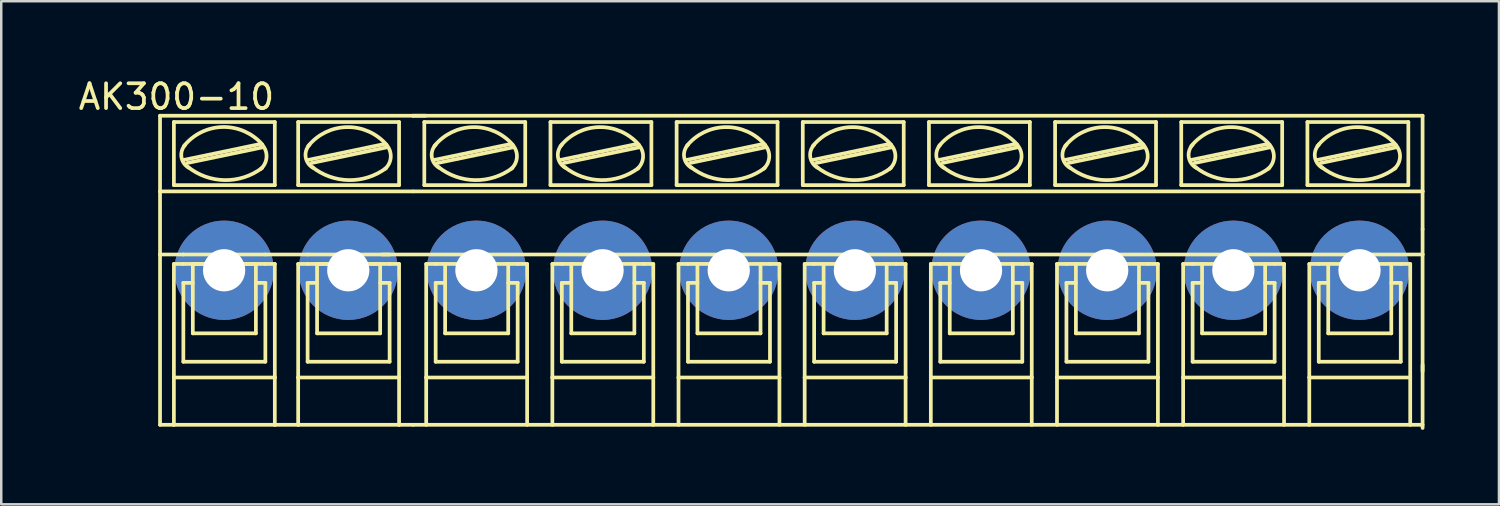
<source format=kicad_pcb>
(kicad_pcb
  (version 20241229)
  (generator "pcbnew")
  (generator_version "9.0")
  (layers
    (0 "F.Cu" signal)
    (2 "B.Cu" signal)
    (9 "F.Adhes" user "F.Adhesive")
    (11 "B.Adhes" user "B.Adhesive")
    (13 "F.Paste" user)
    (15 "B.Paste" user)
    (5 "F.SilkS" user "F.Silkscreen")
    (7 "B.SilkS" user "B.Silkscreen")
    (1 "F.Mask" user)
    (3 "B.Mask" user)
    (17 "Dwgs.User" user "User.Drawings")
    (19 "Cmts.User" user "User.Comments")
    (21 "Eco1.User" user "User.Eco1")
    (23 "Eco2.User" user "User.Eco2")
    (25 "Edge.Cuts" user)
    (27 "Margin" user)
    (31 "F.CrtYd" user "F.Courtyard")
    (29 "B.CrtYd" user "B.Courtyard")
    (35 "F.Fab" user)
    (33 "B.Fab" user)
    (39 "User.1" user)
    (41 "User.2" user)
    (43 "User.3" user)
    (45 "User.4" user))
  (footprint "AK300-10"
    (layer "F.Cu")
    (at 5.974 7.833)
    (property "Reference" "AK300-10" (at -1.92 -6.985 0) (layer "F.SilkS") (effects (font (size 1 1) (thickness 0.15))))
    (attr exclude_from_pos_files exclude_from_bom)
    (fp_line (start -2.58 -3.175) (end -2.58 -6.223) (stroke (width 0.15) (type solid)) (layer "F.SilkS"))
    (fp_line (start -2.58 -3.175) (end 7.605 -3.175) (stroke (width 0.15) (type solid)) (layer "F.SilkS"))
    (fp_line (start -2.58 -0.635) (end -2.58 -3.175) (stroke (width 0.15) (type solid)) (layer "F.SilkS"))
    (fp_line (start -2.58 -0.635) (end -1.641 -0.635) (stroke (width 0.15) (type solid)) (layer "F.SilkS"))
    (fp_line (start -2.58 6.223) (end -2.58 -0.635) (stroke (width 0.15) (type solid)) (layer "F.SilkS"))
    (fp_line (start -2.58 6.223) (end -2.022 6.223) (stroke (width 0.15) (type solid)) (layer "F.SilkS"))
    (fp_line (start -2.022 -3.429) (end -2.022 -5.969) (stroke (width 0.15) (type solid)) (layer "F.SilkS"))
    (fp_line (start -2.022 -0.254) (end -2.022 4.318) (stroke (width 0.15) (type solid)) (layer "F.SilkS"))
    (fp_line (start -2.022 -0.254) (end -1.641 -0.254) (stroke (width 0.15) (type solid)) (layer "F.SilkS"))
    (fp_line (start -2.022 4.318) (end -2.022 6.223) (stroke (width 0.15) (type solid)) (layer "F.SilkS"))
    (fp_line (start -2.022 6.223) (end 2.042 6.223) (stroke (width 0.15) (type solid)) (layer "F.SilkS"))
    (fp_line (start -1.641 -0.635) (end 1.661 -0.635) (stroke (width 0.15) (type solid)) (layer "F.SilkS"))
    (fp_line (start -1.641 0.508) (end -1.26 0.508) (stroke (width 0.15) (type solid)) (layer "F.SilkS"))
    (fp_line (start -1.641 3.683) (end -1.641 0.508) (stroke (width 0.15) (type solid)) (layer "F.SilkS"))
    (fp_line (start -1.615 -4.445) (end 1.435 -5.08) (stroke (width 0.15) (type solid)) (layer "F.SilkS"))
    (fp_line (start -1.488 -4.318) (end 1.56 -4.953) (stroke (width 0.15) (type solid)) (layer "F.SilkS"))
    (fp_line (start -1.26 -0.254) (end 1.28 -0.254) (stroke (width 0.15) (type solid)) (layer "F.SilkS"))
    (fp_line (start -1.26 2.54) (end -1.26 -0.254) (stroke (width 0.15) (type solid)) (layer "F.SilkS"))
    (fp_line (start -1.26 2.54) (end 1.28 2.54) (stroke (width 0.15) (type solid)) (layer "F.SilkS"))
    (fp_line (start 1.28 2.54) (end 1.28 -0.254) (stroke (width 0.15) (type solid)) (layer "F.SilkS"))
    (fp_line (start 1.661 -0.635) (end 3.363 -0.635) (stroke (width 0.15) (type solid)) (layer "F.SilkS"))
    (fp_line (start 1.661 -0.254) (end -1.641 -0.254) (stroke (width 0.15) (type solid)) (layer "F.SilkS"))
    (fp_line (start 1.661 0.508) (end 1.28 0.508) (stroke (width 0.15) (type solid)) (layer "F.SilkS"))
    (fp_line (start 1.661 3.683) (end -1.641 3.683) (stroke (width 0.15) (type solid)) (layer "F.SilkS"))
    (fp_line (start 1.661 3.683) (end 1.661 0.508) (stroke (width 0.15) (type solid)) (layer "F.SilkS"))
    (fp_line (start 2.042 -5.969) (end -2.022 -5.969) (stroke (width 0.15) (type solid)) (layer "F.SilkS"))
    (fp_line (start 2.042 -3.429) (end -2.022 -3.429) (stroke (width 0.15) (type solid)) (layer "F.SilkS"))
    (fp_line (start 2.042 -3.429) (end 2.042 -5.969) (stroke (width 0.15) (type solid)) (layer "F.SilkS"))
    (fp_line (start 2.042 -0.254) (end 1.661 -0.254) (stroke (width 0.15) (type solid)) (layer "F.SilkS"))
    (fp_line (start 2.042 4.318) (end -2.022 4.318) (stroke (width 0.15) (type solid)) (layer "F.SilkS"))
    (fp_line (start 2.042 4.318) (end 2.042 -0.254) (stroke (width 0.15) (type solid)) (layer "F.SilkS"))
    (fp_line (start 2.042 6.223) (end 2.042 4.318) (stroke (width 0.15) (type solid)) (layer "F.SilkS"))
    (fp_line (start 2.042 6.223) (end 2.982 6.223) (stroke (width 0.15) (type solid)) (layer "F.SilkS"))
    (fp_line (start 2.982 -5.969) (end 7.046 -5.969) (stroke (width 0.15) (type solid)) (layer "F.SilkS"))
    (fp_line (start 2.982 -3.429) (end 2.982 -5.969) (stroke (width 0.15) (type solid)) (layer "F.SilkS"))
    (fp_line (start 2.982 -0.254) (end 3.363 -0.254) (stroke (width 0.15) (type solid)) (layer "F.SilkS"))
    (fp_line (start 2.982 4.318) (end 2.982 -0.254) (stroke (width 0.15) (type solid)) (layer "F.SilkS"))
    (fp_line (start 2.982 4.318) (end 7.046 4.318) (stroke (width 0.15) (type solid)) (layer "F.SilkS"))
    (fp_line (start 2.982 6.223) (end 2.982 4.318) (stroke (width 0.15) (type solid)) (layer "F.SilkS"))
    (fp_line (start 2.982 6.223) (end 7.046 6.223) (stroke (width 0.15) (type solid)) (layer "F.SilkS"))
    (fp_line (start 3.363 -0.254) (end 6.665 -0.254) (stroke (width 0.15) (type solid)) (layer "F.SilkS"))
    (fp_line (start 3.363 0.508) (end 3.744 0.508) (stroke (width 0.15) (type solid)) (layer "F.SilkS"))
    (fp_line (start 3.363 3.683) (end 3.363 0.508) (stroke (width 0.15) (type solid)) (layer "F.SilkS"))
    (fp_line (start 3.389 -4.445) (end 6.437 -5.08) (stroke (width 0.15) (type solid)) (layer "F.SilkS"))
    (fp_line (start 3.516 -4.318) (end 6.564 -4.953) (stroke (width 0.15) (type solid)) (layer "F.SilkS"))
    (fp_line (start 3.744 -0.254) (end 6.284 -0.254) (stroke (width 0.15) (type solid)) (layer "F.SilkS"))
    (fp_line (start 3.744 2.54) (end 3.744 -0.254) (stroke (width 0.15) (type solid)) (layer "F.SilkS"))
    (fp_line (start 3.744 2.54) (end 6.284 2.54) (stroke (width 0.15) (type solid)) (layer "F.SilkS"))
    (fp_line (start 6.284 2.54) (end 6.284 -0.254) (stroke (width 0.15) (type solid)) (layer "F.SilkS"))
    (fp_line (start 6.35 -0.635) (end 48.26 -0.635) (stroke (width 0.15) (type solid)) (layer "F.SilkS"))
    (fp_line (start 6.665 -0.635) (end 3.363 -0.635) (stroke (width 0.15) (type solid)) (layer "F.SilkS"))
    (fp_line (start 6.665 0.508) (end 6.284 0.508) (stroke (width 0.15) (type solid)) (layer "F.SilkS"))
    (fp_line (start 6.665 3.683) (end 3.363 3.683) (stroke (width 0.15) (type solid)) (layer "F.SilkS"))
    (fp_line (start 6.665 3.683) (end 6.665 0.508) (stroke (width 0.15) (type solid)) (layer "F.SilkS"))
    (fp_line (start 7.046 -5.969) (end 7.046 -3.429) (stroke (width 0.15) (type solid)) (layer "F.SilkS"))
    (fp_line (start 7.046 -3.429) (end 2.982 -3.429) (stroke (width 0.15) (type solid)) (layer "F.SilkS"))
    (fp_line (start 7.046 -0.254) (end 6.665 -0.254) (stroke (width 0.15) (type solid)) (layer "F.SilkS"))
    (fp_line (start 7.046 -0.254) (end 7.046 4.318) (stroke (width 0.15) (type solid)) (layer "F.SilkS"))
    (fp_line (start 7.046 4.318) (end 7.046 6.223) (stroke (width 0.15) (type solid)) (layer "F.SilkS"))
    (fp_line (start 7.046 6.223) (end 7.605 6.223) (stroke (width 0.15) (type solid)) (layer "F.SilkS"))
    (fp_line (start 7.605 -6.223) (end -2.58 -6.223) (stroke (width 0.15) (type solid)) (layer "F.SilkS"))
    (fp_line (start 7.605 -6.223) (end 8.113 -6.223) (stroke (width 0.15) (type solid)) (layer "F.SilkS"))
    (fp_line (start 7.62 -6.223) (end 48.26 -6.223) (stroke (width 0.15) (type solid)) (layer "F.SilkS"))
    (fp_line (start 7.62 -3.175) (end 48.26 -3.175) (stroke (width 0.15) (type solid)) (layer "F.SilkS"))
    (fp_line (start 7.62 6.223) (end 48.26 6.223) (stroke (width 0.15) (type solid)) (layer "F.SilkS"))
    (fp_line (start 8.062 -5.969) (end 12.126 -5.969) (stroke (width 0.15) (type solid)) (layer "F.SilkS"))
    (fp_line (start 8.062 -3.429) (end 8.062 -5.969) (stroke (width 0.15) (type solid)) (layer "F.SilkS"))
    (fp_line (start 8.138 -0.254) (end 8.138 4.318) (stroke (width 0.15) (type solid)) (layer "F.SilkS"))
    (fp_line (start 8.138 -0.254) (end 8.519 -0.254) (stroke (width 0.15) (type solid)) (layer "F.SilkS"))
    (fp_line (start 8.138 4.318) (end 8.138 6.223) (stroke (width 0.15) (type solid)) (layer "F.SilkS"))
    (fp_line (start 8.469 -4.445) (end 11.517 -5.08) (stroke (width 0.15) (type solid)) (layer "F.SilkS"))
    (fp_line (start 8.519 0.508) (end 8.9 0.508) (stroke (width 0.15) (type solid)) (layer "F.SilkS"))
    (fp_line (start 8.519 3.683) (end 8.519 0.508) (stroke (width 0.15) (type solid)) (layer "F.SilkS"))
    (fp_line (start 8.596 -4.318) (end 11.644 -4.953) (stroke (width 0.15) (type solid)) (layer "F.SilkS"))
    (fp_line (start 8.9 2.54) (end 8.9 -0.254) (stroke (width 0.15) (type solid)) (layer "F.SilkS"))
    (fp_line (start 8.9 2.54) (end 11.44 2.54) (stroke (width 0.15) (type solid)) (layer "F.SilkS"))
    (fp_line (start 11.44 2.54) (end 11.44 -0.254) (stroke (width 0.15) (type solid)) (layer "F.SilkS"))
    (fp_line (start 11.821 -0.254) (end 8.519 -0.254) (stroke (width 0.15) (type solid)) (layer "F.SilkS"))
    (fp_line (start 11.821 0.508) (end 11.44 0.508) (stroke (width 0.15) (type solid)) (layer "F.SilkS"))
    (fp_line (start 11.821 3.683) (end 8.519 3.683) (stroke (width 0.15) (type solid)) (layer "F.SilkS"))
    (fp_line (start 11.821 3.683) (end 11.821 0.508) (stroke (width 0.15) (type solid)) (layer "F.SilkS"))
    (fp_line (start 12.126 -5.969) (end 12.126 -3.429) (stroke (width 0.15) (type solid)) (layer "F.SilkS"))
    (fp_line (start 12.126 -3.429) (end 8.062 -3.429) (stroke (width 0.15) (type solid)) (layer "F.SilkS"))
    (fp_line (start 12.202 -0.254) (end 11.821 -0.254) (stroke (width 0.15) (type solid)) (layer "F.SilkS"))
    (fp_line (start 12.202 4.318) (end 8.138 4.318) (stroke (width 0.15) (type solid)) (layer "F.SilkS"))
    (fp_line (start 12.202 4.318) (end 12.202 -0.254) (stroke (width 0.15) (type solid)) (layer "F.SilkS"))
    (fp_line (start 12.202 6.223) (end 12.202 4.318) (stroke (width 0.15) (type solid)) (layer "F.SilkS"))
    (fp_line (start 13.142 -5.969) (end 17.206 -5.969) (stroke (width 0.15) (type solid)) (layer "F.SilkS"))
    (fp_line (start 13.142 -3.429) (end 13.142 -5.969) (stroke (width 0.15) (type solid)) (layer "F.SilkS"))
    (fp_line (start 13.218 -0.254) (end 13.218 4.318) (stroke (width 0.15) (type solid)) (layer "F.SilkS"))
    (fp_line (start 13.218 -0.254) (end 13.599 -0.254) (stroke (width 0.15) (type solid)) (layer "F.SilkS"))
    (fp_line (start 13.218 4.318) (end 13.218 6.223) (stroke (width 0.15) (type solid)) (layer "F.SilkS"))
    (fp_line (start 13.549 -4.445) (end 16.597 -5.08) (stroke (width 0.15) (type solid)) (layer "F.SilkS"))
    (fp_line (start 13.599 0.508) (end 13.98 0.508) (stroke (width 0.15) (type solid)) (layer "F.SilkS"))
    (fp_line (start 13.599 3.683) (end 13.599 0.508) (stroke (width 0.15) (type solid)) (layer "F.SilkS"))
    (fp_line (start 13.676 -4.318) (end 16.724 -4.953) (stroke (width 0.15) (type solid)) (layer "F.SilkS"))
    (fp_line (start 13.98 2.54) (end 13.98 -0.254) (stroke (width 0.15) (type solid)) (layer "F.SilkS"))
    (fp_line (start 13.98 2.54) (end 16.52 2.54) (stroke (width 0.15) (type solid)) (layer "F.SilkS"))
    (fp_line (start 16.52 2.54) (end 16.52 -0.254) (stroke (width 0.15) (type solid)) (layer "F.SilkS"))
    (fp_line (start 16.901 -0.254) (end 13.599 -0.254) (stroke (width 0.15) (type solid)) (layer "F.SilkS"))
    (fp_line (start 16.901 0.508) (end 16.52 0.508) (stroke (width 0.15) (type solid)) (layer "F.SilkS"))
    (fp_line (start 16.901 3.683) (end 13.599 3.683) (stroke (width 0.15) (type solid)) (layer "F.SilkS"))
    (fp_line (start 16.901 3.683) (end 16.901 0.508) (stroke (width 0.15) (type solid)) (layer "F.SilkS"))
    (fp_line (start 17.206 -5.969) (end 17.206 -3.429) (stroke (width 0.15) (type solid)) (layer "F.SilkS"))
    (fp_line (start 17.206 -3.429) (end 13.142 -3.429) (stroke (width 0.15) (type solid)) (layer "F.SilkS"))
    (fp_line (start 17.282 -0.254) (end 16.901 -0.254) (stroke (width 0.15) (type solid)) (layer "F.SilkS"))
    (fp_line (start 17.282 4.318) (end 13.218 4.318) (stroke (width 0.15) (type solid)) (layer "F.SilkS"))
    (fp_line (start 17.282 4.318) (end 17.282 -0.254) (stroke (width 0.15) (type solid)) (layer "F.SilkS"))
    (fp_line (start 17.282 6.223) (end 17.282 4.318) (stroke (width 0.15) (type solid)) (layer "F.SilkS"))
    (fp_line (start 18.222 -5.969) (end 22.286 -5.969) (stroke (width 0.15) (type solid)) (layer "F.SilkS"))
    (fp_line (start 18.222 -3.429) (end 18.222 -5.969) (stroke (width 0.15) (type solid)) (layer "F.SilkS"))
    (fp_line (start 18.298 -0.254) (end 18.298 4.318) (stroke (width 0.15) (type solid)) (layer "F.SilkS"))
    (fp_line (start 18.298 -0.254) (end 18.679 -0.254) (stroke (width 0.15) (type solid)) (layer "F.SilkS"))
    (fp_line (start 18.298 4.318) (end 18.298 6.223) (stroke (width 0.15) (type solid)) (layer "F.SilkS"))
    (fp_line (start 18.629 -4.445) (end 21.677 -5.08) (stroke (width 0.15) (type solid)) (layer "F.SilkS"))
    (fp_line (start 18.679 0.508) (end 19.06 0.508) (stroke (width 0.15) (type solid)) (layer "F.SilkS"))
    (fp_line (start 18.679 3.683) (end 18.679 0.508) (stroke (width 0.15) (type solid)) (layer "F.SilkS"))
    (fp_line (start 18.756 -4.318) (end 21.804 -4.953) (stroke (width 0.15) (type solid)) (layer "F.SilkS"))
    (fp_line (start 19.06 2.54) (end 19.06 -0.254) (stroke (width 0.15) (type solid)) (layer "F.SilkS"))
    (fp_line (start 19.06 2.54) (end 21.6 2.54) (stroke (width 0.15) (type solid)) (layer "F.SilkS"))
    (fp_line (start 21.6 2.54) (end 21.6 -0.254) (stroke (width 0.15) (type solid)) (layer "F.SilkS"))
    (fp_line (start 21.981 -0.254) (end 18.679 -0.254) (stroke (width 0.15) (type solid)) (layer "F.SilkS"))
    (fp_line (start 21.981 0.508) (end 21.6 0.508) (stroke (width 0.15) (type solid)) (layer "F.SilkS"))
    (fp_line (start 21.981 3.683) (end 18.679 3.683) (stroke (width 0.15) (type solid)) (layer "F.SilkS"))
    (fp_line (start 21.981 3.683) (end 21.981 0.508) (stroke (width 0.15) (type solid)) (layer "F.SilkS"))
    (fp_line (start 22.286 -5.969) (end 22.286 -3.429) (stroke (width 0.15) (type solid)) (layer "F.SilkS"))
    (fp_line (start 22.286 -3.429) (end 18.222 -3.429) (stroke (width 0.15) (type solid)) (layer "F.SilkS"))
    (fp_line (start 22.362 -0.254) (end 21.981 -0.254) (stroke (width 0.15) (type solid)) (layer "F.SilkS"))
    (fp_line (start 22.362 4.318) (end 18.298 4.318) (stroke (width 0.15) (type solid)) (layer "F.SilkS"))
    (fp_line (start 22.362 4.318) (end 22.362 -0.254) (stroke (width 0.15) (type solid)) (layer "F.SilkS"))
    (fp_line (start 22.362 6.223) (end 22.362 4.318) (stroke (width 0.15) (type solid)) (layer "F.SilkS"))
    (fp_line (start 23.302 -5.969) (end 27.366 -5.969) (stroke (width 0.15) (type solid)) (layer "F.SilkS"))
    (fp_line (start 23.302 -3.429) (end 23.302 -5.969) (stroke (width 0.15) (type solid)) (layer "F.SilkS"))
    (fp_line (start 23.378 -0.254) (end 23.378 4.318) (stroke (width 0.15) (type solid)) (layer "F.SilkS"))
    (fp_line (start 23.378 -0.254) (end 23.759 -0.254) (stroke (width 0.15) (type solid)) (layer "F.SilkS"))
    (fp_line (start 23.378 4.318) (end 23.378 6.223) (stroke (width 0.15) (type solid)) (layer "F.SilkS"))
    (fp_line (start 23.709 -4.445) (end 26.757 -5.08) (stroke (width 0.15) (type solid)) (layer "F.SilkS"))
    (fp_line (start 23.759 0.508) (end 24.14 0.508) (stroke (width 0.15) (type solid)) (layer "F.SilkS"))
    (fp_line (start 23.759 3.683) (end 23.759 0.508) (stroke (width 0.15) (type solid)) (layer "F.SilkS"))
    (fp_line (start 23.836 -4.318) (end 26.884 -4.953) (stroke (width 0.15) (type solid)) (layer "F.SilkS"))
    (fp_line (start 24.14 2.54) (end 24.14 -0.254) (stroke (width 0.15) (type solid)) (layer "F.SilkS"))
    (fp_line (start 24.14 2.54) (end 26.68 2.54) (stroke (width 0.15) (type solid)) (layer "F.SilkS"))
    (fp_line (start 26.68 2.54) (end 26.68 -0.254) (stroke (width 0.15) (type solid)) (layer "F.SilkS"))
    (fp_line (start 27.061 -0.254) (end 23.759 -0.254) (stroke (width 0.15) (type solid)) (layer "F.SilkS"))
    (fp_line (start 27.061 0.508) (end 26.68 0.508) (stroke (width 0.15) (type solid)) (layer "F.SilkS"))
    (fp_line (start 27.061 3.683) (end 23.759 3.683) (stroke (width 0.15) (type solid)) (layer "F.SilkS"))
    (fp_line (start 27.061 3.683) (end 27.061 0.508) (stroke (width 0.15) (type solid)) (layer "F.SilkS"))
    (fp_line (start 27.366 -5.969) (end 27.366 -3.429) (stroke (width 0.15) (type solid)) (layer "F.SilkS"))
    (fp_line (start 27.366 -3.429) (end 23.302 -3.429) (stroke (width 0.15) (type solid)) (layer "F.SilkS"))
    (fp_line (start 27.442 -0.254) (end 27.061 -0.254) (stroke (width 0.15) (type solid)) (layer "F.SilkS"))
    (fp_line (start 27.442 4.318) (end 23.378 4.318) (stroke (width 0.15) (type solid)) (layer "F.SilkS"))
    (fp_line (start 27.442 4.318) (end 27.442 -0.254) (stroke (width 0.15) (type solid)) (layer "F.SilkS"))
    (fp_line (start 27.442 6.223) (end 27.442 4.318) (stroke (width 0.15) (type solid)) (layer "F.SilkS"))
    (fp_line (start 28.382 -5.969) (end 32.446 -5.969) (stroke (width 0.15) (type solid)) (layer "F.SilkS"))
    (fp_line (start 28.382 -3.429) (end 28.382 -5.969) (stroke (width 0.15) (type solid)) (layer "F.SilkS"))
    (fp_line (start 28.458 -0.254) (end 28.458 4.318) (stroke (width 0.15) (type solid)) (layer "F.SilkS"))
    (fp_line (start 28.458 -0.254) (end 28.839 -0.254) (stroke (width 0.15) (type solid)) (layer "F.SilkS"))
    (fp_line (start 28.458 4.318) (end 28.458 6.223) (stroke (width 0.15) (type solid)) (layer "F.SilkS"))
    (fp_line (start 28.789 -4.445) (end 31.837 -5.08) (stroke (width 0.15) (type solid)) (layer "F.SilkS"))
    (fp_line (start 28.839 0.508) (end 29.22 0.508) (stroke (width 0.15) (type solid)) (layer "F.SilkS"))
    (fp_line (start 28.839 3.683) (end 28.839 0.508) (stroke (width 0.15) (type solid)) (layer "F.SilkS"))
    (fp_line (start 28.916 -4.318) (end 31.964 -4.953) (stroke (width 0.15) (type solid)) (layer "F.SilkS"))
    (fp_line (start 29.22 2.54) (end 29.22 -0.254) (stroke (width 0.15) (type solid)) (layer "F.SilkS"))
    (fp_line (start 29.22 2.54) (end 31.76 2.54) (stroke (width 0.15) (type solid)) (layer "F.SilkS"))
    (fp_line (start 31.76 2.54) (end 31.76 -0.254) (stroke (width 0.15) (type solid)) (layer "F.SilkS"))
    (fp_line (start 32.141 -0.254) (end 28.839 -0.254) (stroke (width 0.15) (type solid)) (layer "F.SilkS"))
    (fp_line (start 32.141 0.508) (end 31.76 0.508) (stroke (width 0.15) (type solid)) (layer "F.SilkS"))
    (fp_line (start 32.141 3.683) (end 28.839 3.683) (stroke (width 0.15) (type solid)) (layer "F.SilkS"))
    (fp_line (start 32.141 3.683) (end 32.141 0.508) (stroke (width 0.15) (type solid)) (layer "F.SilkS"))
    (fp_line (start 32.446 -5.969) (end 32.446 -3.429) (stroke (width 0.15) (type solid)) (layer "F.SilkS"))
    (fp_line (start 32.446 -3.429) (end 28.382 -3.429) (stroke (width 0.15) (type solid)) (layer "F.SilkS"))
    (fp_line (start 32.522 -0.254) (end 32.141 -0.254) (stroke (width 0.15) (type solid)) (layer "F.SilkS"))
    (fp_line (start 32.522 4.318) (end 28.458 4.318) (stroke (width 0.15) (type solid)) (layer "F.SilkS"))
    (fp_line (start 32.522 4.318) (end 32.522 -0.254) (stroke (width 0.15) (type solid)) (layer "F.SilkS"))
    (fp_line (start 32.522 6.223) (end 32.522 4.318) (stroke (width 0.15) (type solid)) (layer "F.SilkS"))
    (fp_line (start 33.462 -5.969) (end 37.526 -5.969) (stroke (width 0.15) (type solid)) (layer "F.SilkS"))
    (fp_line (start 33.462 -3.429) (end 33.462 -5.969) (stroke (width 0.15) (type solid)) (layer "F.SilkS"))
    (fp_line (start 33.538 -0.254) (end 33.538 4.318) (stroke (width 0.15) (type solid)) (layer "F.SilkS"))
    (fp_line (start 33.538 -0.254) (end 33.919 -0.254) (stroke (width 0.15) (type solid)) (layer "F.SilkS"))
    (fp_line (start 33.538 4.318) (end 33.538 6.223) (stroke (width 0.15) (type solid)) (layer "F.SilkS"))
    (fp_line (start 33.869 -4.445) (end 36.917 -5.08) (stroke (width 0.15) (type solid)) (layer "F.SilkS"))
    (fp_line (start 33.919 0.508) (end 34.3 0.508) (stroke (width 0.15) (type solid)) (layer "F.SilkS"))
    (fp_line (start 33.919 3.683) (end 33.919 0.508) (stroke (width 0.15) (type solid)) (layer "F.SilkS"))
    (fp_line (start 33.996 -4.318) (end 37.044 -4.953) (stroke (width 0.15) (type solid)) (layer "F.SilkS"))
    (fp_line (start 34.3 2.54) (end 34.3 -0.254) (stroke (width 0.15) (type solid)) (layer "F.SilkS"))
    (fp_line (start 34.3 2.54) (end 36.84 2.54) (stroke (width 0.15) (type solid)) (layer "F.SilkS"))
    (fp_line (start 36.84 2.54) (end 36.84 -0.254) (stroke (width 0.15) (type solid)) (layer "F.SilkS"))
    (fp_line (start 37.221 -0.254) (end 33.919 -0.254) (stroke (width 0.15) (type solid)) (layer "F.SilkS"))
    (fp_line (start 37.221 0.508) (end 36.84 0.508) (stroke (width 0.15) (type solid)) (layer "F.SilkS"))
    (fp_line (start 37.221 3.683) (end 33.919 3.683) (stroke (width 0.15) (type solid)) (layer "F.SilkS"))
    (fp_line (start 37.221 3.683) (end 37.221 0.508) (stroke (width 0.15) (type solid)) (layer "F.SilkS"))
    (fp_line (start 37.526 -5.969) (end 37.526 -3.429) (stroke (width 0.15) (type solid)) (layer "F.SilkS"))
    (fp_line (start 37.526 -3.429) (end 33.462 -3.429) (stroke (width 0.15) (type solid)) (layer "F.SilkS"))
    (fp_line (start 37.602 -0.254) (end 37.221 -0.254) (stroke (width 0.15) (type solid)) (layer "F.SilkS"))
    (fp_line (start 37.602 4.318) (end 33.538 4.318) (stroke (width 0.15) (type solid)) (layer "F.SilkS"))
    (fp_line (start 37.602 4.318) (end 37.602 -0.254) (stroke (width 0.15) (type solid)) (layer "F.SilkS"))
    (fp_line (start 37.602 6.223) (end 37.602 4.318) (stroke (width 0.15) (type solid)) (layer "F.SilkS"))
    (fp_line (start 38.542 -5.969) (end 42.606 -5.969) (stroke (width 0.15) (type solid)) (layer "F.SilkS"))
    (fp_line (start 38.542 -3.429) (end 38.542 -5.969) (stroke (width 0.15) (type solid)) (layer "F.SilkS"))
    (fp_line (start 38.618 -0.254) (end 38.618 4.318) (stroke (width 0.15) (type solid)) (layer "F.SilkS"))
    (fp_line (start 38.618 -0.254) (end 38.999 -0.254) (stroke (width 0.15) (type solid)) (layer "F.SilkS"))
    (fp_line (start 38.618 4.318) (end 38.618 6.223) (stroke (width 0.15) (type solid)) (layer "F.SilkS"))
    (fp_line (start 38.949 -4.445) (end 41.997 -5.08) (stroke (width 0.15) (type solid)) (layer "F.SilkS"))
    (fp_line (start 38.999 0.508) (end 39.38 0.508) (stroke (width 0.15) (type solid)) (layer "F.SilkS"))
    (fp_line (start 38.999 3.683) (end 38.999 0.508) (stroke (width 0.15) (type solid)) (layer "F.SilkS"))
    (fp_line (start 39.076 -4.318) (end 42.124 -4.953) (stroke (width 0.15) (type solid)) (layer "F.SilkS"))
    (fp_line (start 39.38 2.54) (end 39.38 -0.254) (stroke (width 0.15) (type solid)) (layer "F.SilkS"))
    (fp_line (start 39.38 2.54) (end 41.92 2.54) (stroke (width 0.15) (type solid)) (layer "F.SilkS"))
    (fp_line (start 41.92 2.54) (end 41.92 -0.254) (stroke (width 0.15) (type solid)) (layer "F.SilkS"))
    (fp_line (start 42.301 -0.254) (end 38.999 -0.254) (stroke (width 0.15) (type solid)) (layer "F.SilkS"))
    (fp_line (start 42.301 0.508) (end 41.92 0.508) (stroke (width 0.15) (type solid)) (layer "F.SilkS"))
    (fp_line (start 42.301 3.683) (end 38.999 3.683) (stroke (width 0.15) (type solid)) (layer "F.SilkS"))
    (fp_line (start 42.301 3.683) (end 42.301 0.508) (stroke (width 0.15) (type solid)) (layer "F.SilkS"))
    (fp_line (start 42.606 -5.969) (end 42.606 -3.429) (stroke (width 0.15) (type solid)) (layer "F.SilkS"))
    (fp_line (start 42.606 -3.429) (end 38.542 -3.429) (stroke (width 0.15) (type solid)) (layer "F.SilkS"))
    (fp_line (start 42.682 -0.254) (end 42.301 -0.254) (stroke (width 0.15) (type solid)) (layer "F.SilkS"))
    (fp_line (start 42.682 4.318) (end 38.618 4.318) (stroke (width 0.15) (type solid)) (layer "F.SilkS"))
    (fp_line (start 42.682 4.318) (end 42.682 -0.254) (stroke (width 0.15) (type solid)) (layer "F.SilkS"))
    (fp_line (start 42.682 6.223) (end 42.682 4.318) (stroke (width 0.15) (type solid)) (layer "F.SilkS"))
    (fp_line (start 43.622 -5.969) (end 47.686 -5.969) (stroke (width 0.15) (type solid)) (layer "F.SilkS"))
    (fp_line (start 43.622 -3.429) (end 43.622 -5.969) (stroke (width 0.15) (type solid)) (layer "F.SilkS"))
    (fp_line (start 43.698 -0.254) (end 43.698 4.318) (stroke (width 0.15) (type solid)) (layer "F.SilkS"))
    (fp_line (start 43.698 -0.254) (end 44.079 -0.254) (stroke (width 0.15) (type solid)) (layer "F.SilkS"))
    (fp_line (start 43.698 4.318) (end 43.698 6.223) (stroke (width 0.15) (type solid)) (layer "F.SilkS"))
    (fp_line (start 44.029 -4.445) (end 47.077 -5.08) (stroke (width 0.15) (type solid)) (layer "F.SilkS"))
    (fp_line (start 44.079 0.508) (end 44.46 0.508) (stroke (width 0.15) (type solid)) (layer "F.SilkS"))
    (fp_line (start 44.079 3.683) (end 44.079 0.508) (stroke (width 0.15) (type solid)) (layer "F.SilkS"))
    (fp_line (start 44.156 -4.318) (end 47.204 -4.953) (stroke (width 0.15) (type solid)) (layer "F.SilkS"))
    (fp_line (start 44.46 2.54) (end 44.46 -0.254) (stroke (width 0.15) (type solid)) (layer "F.SilkS"))
    (fp_line (start 44.46 2.54) (end 47 2.54) (stroke (width 0.15) (type solid)) (layer "F.SilkS"))
    (fp_line (start 47 2.54) (end 47 -0.254) (stroke (width 0.15) (type solid)) (layer "F.SilkS"))
    (fp_line (start 47.381 -0.254) (end 44.079 -0.254) (stroke (width 0.15) (type solid)) (layer "F.SilkS"))
    (fp_line (start 47.381 0.508) (end 47 0.508) (stroke (width 0.15) (type solid)) (layer "F.SilkS"))
    (fp_line (start 47.381 3.683) (end 44.079 3.683) (stroke (width 0.15) (type solid)) (layer "F.SilkS"))
    (fp_line (start 47.381 3.683) (end 47.381 0.508) (stroke (width 0.15) (type solid)) (layer "F.SilkS"))
    (fp_line (start 47.686 -5.969) (end 47.686 -3.429) (stroke (width 0.15) (type solid)) (layer "F.SilkS"))
    (fp_line (start 47.686 -3.429) (end 43.622 -3.429) (stroke (width 0.15) (type solid)) (layer "F.SilkS"))
    (fp_line (start 47.762 -0.254) (end 47.381 -0.254) (stroke (width 0.15) (type solid)) (layer "F.SilkS"))
    (fp_line (start 47.762 4.318) (end 43.698 4.318) (stroke (width 0.15) (type solid)) (layer "F.SilkS"))
    (fp_line (start 47.762 4.318) (end 47.762 -0.254) (stroke (width 0.15) (type solid)) (layer "F.SilkS"))
    (fp_line (start 47.762 6.223) (end 47.762 4.318) (stroke (width 0.15) (type solid)) (layer "F.SilkS"))
    (fp_line (start 48.26 -6.223) (end 48.26 -3.175) (stroke (width 0.15) (type solid)) (layer "F.SilkS"))
    (fp_line (start 48.26 -3.175) (end 48.26 -1.651) (stroke (width 0.15) (type solid)) (layer "F.SilkS"))
    (fp_line (start 48.26 -1.651) (end 48.26 -0.635) (stroke (width 0.15) (type solid)) (layer "F.SilkS"))
    (fp_line (start 48.26 -0.635) (end 48.26 4.064) (stroke (width 0.15) (type solid)) (layer "F.SilkS"))
    (fp_line (start 48.26 6.35) (end 48.26 3.81) (stroke (width 0.15) (type solid)) (layer "F.SilkS"))
    (fp_arc (start -1.6152 -5.0038) (mid -0.050347 -5.768837) (end 1.541573 -5.061847) (stroke (width 0.15) (type solid)) (layer "F.SilkS"))
    (fp_arc (start -1.41962 -4.1275) (mid -1.717784 -4.553845) (end -1.56452 -5.051019) (stroke (width 0.15) (type solid)) (layer "F.SilkS"))
    (fp_arc (start 1.52678 -4.11734) (mid 0.024731 -3.630479) (end -1.460988 -4.165104) (stroke (width 0.15) (type solid)) (layer "F.SilkS"))
    (fp_arc (start 1.5344 -5.05206) (mid 1.708736 -4.555962) (end 1.47915 -4.08289) (stroke (width 0.15) (type solid)) (layer "F.SilkS"))
    (fp_arc (start 3.3886 -5.0038) (mid 4.951638 -5.764946) (end 6.539411 -5.056844) (stroke (width 0.15) (type solid)) (layer "F.SilkS"))
    (fp_arc (start 3.58164 -4.1275) (mid 3.284456 -4.555849) (end 3.439903 -5.053481) (stroke (width 0.15) (type solid)) (layer "F.SilkS"))
    (fp_arc (start 6.52804 -4.11734) (mid 5.025991 -3.630479) (end 3.540272 -4.165104) (stroke (width 0.15) (type solid)) (layer "F.SilkS"))
    (fp_arc (start 6.53566 -5.05206) (mid 6.710748 -4.557765) (end 6.482972 -4.085429) (stroke (width 0.15) (type solid)) (layer "F.SilkS"))
    (fp_arc (start 8.4686 -5.0038) (mid 10.031638 -5.764946) (end 11.619411 -5.056844) (stroke (width 0.15) (type solid)) (layer "F.SilkS"))
    (fp_arc (start 8.66164 -4.1275) (mid 8.364456 -4.555849) (end 8.519903 -5.053481) (stroke (width 0.15) (type solid)) (layer "F.SilkS"))
    (fp_arc (start 11.60804 -4.11734) (mid 10.105991 -3.630479) (end 8.620272 -4.165104) (stroke (width 0.15) (type solid)) (layer "F.SilkS"))
    (fp_arc (start 11.61566 -5.05206) (mid 11.790748 -4.557765) (end 11.562972 -4.085429) (stroke (width 0.15) (type solid)) (layer "F.SilkS"))
    (fp_arc (start 13.5486 -5.0038) (mid 15.111638 -5.764946) (end 16.699411 -5.056844) (stroke (width 0.15) (type solid)) (layer "F.SilkS"))
    (fp_arc (start 13.74164 -4.1275) (mid 13.444456 -4.555849) (end 13.599903 -5.053481) (stroke (width 0.15) (type solid)) (layer "F.SilkS"))
    (fp_arc (start 16.68804 -4.11734) (mid 15.185991 -3.630479) (end 13.700272 -4.165104) (stroke (width 0.15) (type solid)) (layer "F.SilkS"))
    (fp_arc (start 16.69566 -5.05206) (mid 16.870748 -4.557765) (end 16.642972 -4.085429) (stroke (width 0.15) (type solid)) (layer "F.SilkS"))
    (fp_arc (start 18.6286 -5.0038) (mid 20.191638 -5.764946) (end 21.779411 -5.056844) (stroke (width 0.15) (type solid)) (layer "F.SilkS"))
    (fp_arc (start 18.82164 -4.1275) (mid 18.524456 -4.555849) (end 18.679903 -5.053481) (stroke (width 0.15) (type solid)) (layer "F.SilkS"))
    (fp_arc (start 21.76804 -4.11734) (mid 20.265991 -3.630479) (end 18.780272 -4.165104) (stroke (width 0.15) (type solid)) (layer "F.SilkS"))
    (fp_arc (start 21.77566 -5.05206) (mid 21.950748 -4.557765) (end 21.722972 -4.085429) (stroke (width 0.15) (type solid)) (layer "F.SilkS"))
    (fp_arc (start 23.7086 -5.0038) (mid 25.271638 -5.764946) (end 26.859411 -5.056844) (stroke (width 0.15) (type solid)) (layer "F.SilkS"))
    (fp_arc (start 23.90164 -4.1275) (mid 23.604456 -4.555849) (end 23.759903 -5.053481) (stroke (width 0.15) (type solid)) (layer "F.SilkS"))
    (fp_arc (start 26.84804 -4.11734) (mid 25.345991 -3.630479) (end 23.860272 -4.165104) (stroke (width 0.15) (type solid)) (layer "F.SilkS"))
    (fp_arc (start 26.85566 -5.05206) (mid 27.030748 -4.557765) (end 26.802972 -4.085429) (stroke (width 0.15) (type solid)) (layer "F.SilkS"))
    (fp_arc (start 28.7886 -5.0038) (mid 30.351638 -5.764946) (end 31.939411 -5.056844) (stroke (width 0.15) (type solid)) (layer "F.SilkS"))
    (fp_arc (start 28.98164 -4.1275) (mid 28.684456 -4.555849) (end 28.839903 -5.053481) (stroke (width 0.15) (type solid)) (layer "F.SilkS"))
    (fp_arc (start 31.92804 -4.11734) (mid 30.425991 -3.630479) (end 28.940272 -4.165104) (stroke (width 0.15) (type solid)) (layer "F.SilkS"))
    (fp_arc (start 31.93566 -5.05206) (mid 32.110748 -4.557765) (end 31.882972 -4.085429) (stroke (width 0.15) (type solid)) (layer "F.SilkS"))
    (fp_arc (start 33.8686 -5.0038) (mid 35.431638 -5.764946) (end 37.019411 -5.056844) (stroke (width 0.15) (type solid)) (layer "F.SilkS"))
    (fp_arc (start 34.06164 -4.1275) (mid 33.764456 -4.555849) (end 33.919903 -5.053481) (stroke (width 0.15) (type solid)) (layer "F.SilkS"))
    (fp_arc (start 37.00804 -4.11734) (mid 35.505991 -3.630479) (end 34.020272 -4.165104) (stroke (width 0.15) (type solid)) (layer "F.SilkS"))
    (fp_arc (start 37.01566 -5.05206) (mid 37.190748 -4.557765) (end 36.962972 -4.085429) (stroke (width 0.15) (type solid)) (layer "F.SilkS"))
    (fp_arc (start 38.9486 -5.0038) (mid 40.511638 -5.764946) (end 42.099411 -5.056844) (stroke (width 0.15) (type solid)) (layer "F.SilkS"))
    (fp_arc (start 39.14164 -4.1275) (mid 38.844456 -4.555849) (end 38.999903 -5.053481) (stroke (width 0.15) (type solid)) (layer "F.SilkS"))
    (fp_arc (start 42.08804 -4.11734) (mid 40.585991 -3.630479) (end 39.100272 -4.165104) (stroke (width 0.15) (type solid)) (layer "F.SilkS"))
    (fp_arc (start 42.09566 -5.05206) (mid 42.270748 -4.557765) (end 42.042972 -4.085429) (stroke (width 0.15) (type solid)) (layer "F.SilkS"))
    (fp_arc (start 44.0286 -5.0038) (mid 45.591638 -5.764946) (end 47.179411 -5.056844) (stroke (width 0.15) (type solid)) (layer "F.SilkS"))
    (fp_arc (start 44.22164 -4.1275) (mid 43.924456 -4.555849) (end 44.079903 -5.053481) (stroke (width 0.15) (type solid)) (layer "F.SilkS"))
    (fp_arc (start 47.16804 -4.11734) (mid 45.665991 -3.630479) (end 44.180272 -4.165104) (stroke (width 0.15) (type solid)) (layer "F.SilkS"))
    (fp_arc (start 47.17566 -5.05206) (mid 47.350748 -4.557765) (end 47.122972 -4.085429) (stroke (width 0.15) (type solid)) (layer "F.SilkS"))
    (pad "1" thru_hole oval (at 0 0) (size 4 4) (drill 1.7) (layers "*.Cu" "*.Mask"))
    (pad "2" thru_hole oval (at 5 0) (size 4 4) (drill 1.7) (layers "*.Cu" "*.Mask"))
    (pad "3" thru_hole circle (at 10.16 0) (size 4 4) (drill 1.7) (layers "*.Cu" "*.Mask"))
    (pad "4" thru_hole circle (at 15.24 0) (size 4 4) (drill 1.7) (layers "*.Cu" "*.Mask"))
    (pad "5" thru_hole circle (at 20.32 0) (size 4 4) (drill 1.7) (layers "*.Cu" "*.Mask"))
    (pad "6" thru_hole circle (at 25.4 0) (size 4 4) (drill 1.7) (layers "*.Cu" "*.Mask"))
    (pad "7" thru_hole circle (at 30.48 0) (size 4 4) (drill 1.7) (layers "*.Cu" "*.Mask"))
    (pad "8" thru_hole circle (at 35.56 0) (size 4 4) (drill 1.7) (layers "*.Cu" "*.Mask"))
    (pad "9" thru_hole circle (at 40.64 0) (size 4 4) (drill 1.7) (layers "*.Cu" "*.Mask"))
    (pad "10" thru_hole circle (at 45.72 0) (size 4 4) (drill 1.7) (layers "*.Cu" "*.Mask")))
  (gr_rect
    (start -3 -3)
    (end 57.309 17.258)
    (stroke (width 0.1) (type default))
    (fill no)
    (layer "Edge.Cuts")))
</source>
